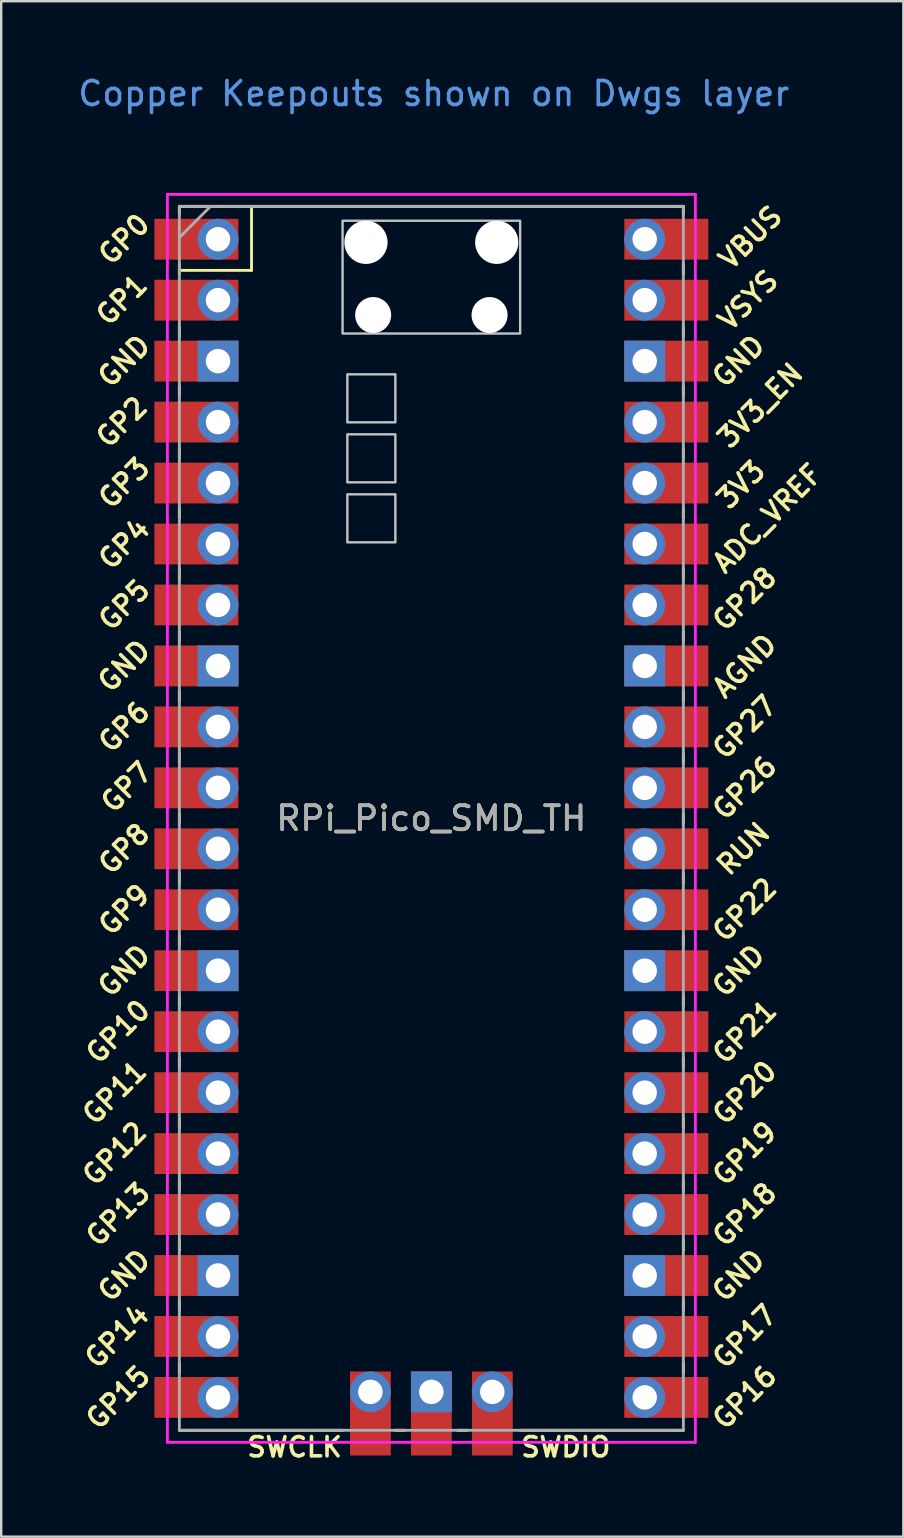
<source format=kicad_pcb>
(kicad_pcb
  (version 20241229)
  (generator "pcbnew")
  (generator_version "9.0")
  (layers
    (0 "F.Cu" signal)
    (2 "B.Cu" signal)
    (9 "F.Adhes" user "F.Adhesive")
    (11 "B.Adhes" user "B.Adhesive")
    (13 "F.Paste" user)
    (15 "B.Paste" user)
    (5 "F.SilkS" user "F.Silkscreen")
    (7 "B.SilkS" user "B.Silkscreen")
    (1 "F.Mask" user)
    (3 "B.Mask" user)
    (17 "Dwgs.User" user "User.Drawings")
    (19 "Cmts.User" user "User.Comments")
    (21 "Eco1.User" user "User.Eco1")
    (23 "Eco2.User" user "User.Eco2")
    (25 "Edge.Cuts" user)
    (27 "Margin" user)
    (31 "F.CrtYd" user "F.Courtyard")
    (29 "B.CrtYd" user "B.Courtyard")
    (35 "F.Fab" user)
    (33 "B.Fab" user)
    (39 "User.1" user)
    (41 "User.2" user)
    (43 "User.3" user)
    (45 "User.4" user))
  (footprint "RPi_Pico_SMD_TH"
    (layer "F.Cu")
    (at 14.924 31.048)
    (property "Reference" "RPi_Pico_SMD_TH" (at 0 0 0) (layer "F.SilkS") (effects (font (size 1 1) (thickness 0.15))))
    (attr through_hole)
    (fp_line (start -10.5 -25.5) (end -10.5 -25.2) (stroke (width 0.12) (type solid)) (layer "F.SilkS"))
    (fp_line (start -10.5 -25.5) (end 10.5 -25.5) (stroke (width 0.12) (type solid)) (layer "F.SilkS"))
    (fp_line (start -10.5 -23.1) (end -10.5 -22.7) (stroke (width 0.12) (type solid)) (layer "F.SilkS"))
    (fp_line (start -10.5 -22.833) (end -7.493 -22.833) (stroke (width 0.12) (type solid)) (layer "F.SilkS"))
    (fp_line (start -10.5 -20.5) (end -10.5 -20.1) (stroke (width 0.12) (type solid)) (layer "F.SilkS"))
    (fp_line (start -10.5 -18) (end -10.5 -17.6) (stroke (width 0.12) (type solid)) (layer "F.SilkS"))
    (fp_line (start -10.5 -15.4) (end -10.5 -15) (stroke (width 0.12) (type solid)) (layer "F.SilkS"))
    (fp_line (start -10.5 -12.9) (end -10.5 -12.5) (stroke (width 0.12) (type solid)) (layer "F.SilkS"))
    (fp_line (start -10.5 -10.4) (end -10.5 -10) (stroke (width 0.12) (type solid)) (layer "F.SilkS"))
    (fp_line (start -10.5 -7.8) (end -10.5 -7.4) (stroke (width 0.12) (type solid)) (layer "F.SilkS"))
    (fp_line (start -10.5 -5.3) (end -10.5 -4.9) (stroke (width 0.12) (type solid)) (layer "F.SilkS"))
    (fp_line (start -10.5 -2.7) (end -10.5 -2.3) (stroke (width 0.12) (type solid)) (layer "F.SilkS"))
    (fp_line (start -10.5 -0.2) (end -10.5 0.2) (stroke (width 0.12) (type solid)) (layer "F.SilkS"))
    (fp_line (start -10.5 2.3) (end -10.5 2.7) (stroke (width 0.12) (type solid)) (layer "F.SilkS"))
    (fp_line (start -10.5 4.9) (end -10.5 5.3) (stroke (width 0.12) (type solid)) (layer "F.SilkS"))
    (fp_line (start -10.5 7.4) (end -10.5 7.8) (stroke (width 0.12) (type solid)) (layer "F.SilkS"))
    (fp_line (start -10.5 10) (end -10.5 10.4) (stroke (width 0.12) (type solid)) (layer "F.SilkS"))
    (fp_line (start -10.5 12.5) (end -10.5 12.9) (stroke (width 0.12) (type solid)) (layer "F.SilkS"))
    (fp_line (start -10.5 15.1) (end -10.5 15.5) (stroke (width 0.12) (type solid)) (layer "F.SilkS"))
    (fp_line (start -10.5 17.6) (end -10.5 18) (stroke (width 0.12) (type solid)) (layer "F.SilkS"))
    (fp_line (start -10.5 20.1) (end -10.5 20.5) (stroke (width 0.12) (type solid)) (layer "F.SilkS"))
    (fp_line (start -10.5 22.7) (end -10.5 23.1) (stroke (width 0.12) (type solid)) (layer "F.SilkS"))
    (fp_line (start -7.493 -22.833) (end -7.493 -25.5) (stroke (width 0.12) (type solid)) (layer "F.SilkS"))
    (fp_line (start -3.7 25.5) (end -10.5 25.5) (stroke (width 0.12) (type solid)) (layer "F.SilkS"))
    (fp_line (start -1.5 25.5) (end -1.1 25.5) (stroke (width 0.12) (type solid)) (layer "F.SilkS"))
    (fp_line (start 1.1 25.5) (end 1.5 25.5) (stroke (width 0.12) (type solid)) (layer "F.SilkS"))
    (fp_line (start 10.5 -25.5) (end 10.5 -25.2) (stroke (width 0.12) (type solid)) (layer "F.SilkS"))
    (fp_line (start 10.5 -23.1) (end 10.5 -22.7) (stroke (width 0.12) (type solid)) (layer "F.SilkS"))
    (fp_line (start 10.5 -20.5) (end 10.5 -20.1) (stroke (width 0.12) (type solid)) (layer "F.SilkS"))
    (fp_line (start 10.5 -18) (end 10.5 -17.6) (stroke (width 0.12) (type solid)) (layer "F.SilkS"))
    (fp_line (start 10.5 -15.4) (end 10.5 -15) (stroke (width 0.12) (type solid)) (layer "F.SilkS"))
    (fp_line (start 10.5 -12.9) (end 10.5 -12.5) (stroke (width 0.12) (type solid)) (layer "F.SilkS"))
    (fp_line (start 10.5 -10.4) (end 10.5 -10) (stroke (width 0.12) (type solid)) (layer "F.SilkS"))
    (fp_line (start 10.5 -7.8) (end 10.5 -7.4) (stroke (width 0.12) (type solid)) (layer "F.SilkS"))
    (fp_line (start 10.5 -5.3) (end 10.5 -4.9) (stroke (width 0.12) (type solid)) (layer "F.SilkS"))
    (fp_line (start 10.5 -2.7) (end 10.5 -2.3) (stroke (width 0.12) (type solid)) (layer "F.SilkS"))
    (fp_line (start 10.5 -0.2) (end 10.5 0.2) (stroke (width 0.12) (type solid)) (layer "F.SilkS"))
    (fp_line (start 10.5 2.3) (end 10.5 2.7) (stroke (width 0.12) (type solid)) (layer "F.SilkS"))
    (fp_line (start 10.5 4.9) (end 10.5 5.3) (stroke (width 0.12) (type solid)) (layer "F.SilkS"))
    (fp_line (start 10.5 7.4) (end 10.5 7.8) (stroke (width 0.12) (type solid)) (layer "F.SilkS"))
    (fp_line (start 10.5 10) (end 10.5 10.4) (stroke (width 0.12) (type solid)) (layer "F.SilkS"))
    (fp_line (start 10.5 12.5) (end 10.5 12.9) (stroke (width 0.12) (type solid)) (layer "F.SilkS"))
    (fp_line (start 10.5 15.1) (end 10.5 15.5) (stroke (width 0.12) (type solid)) (layer "F.SilkS"))
    (fp_line (start 10.5 17.6) (end 10.5 18) (stroke (width 0.12) (type solid)) (layer "F.SilkS"))
    (fp_line (start 10.5 20.1) (end 10.5 20.5) (stroke (width 0.12) (type solid)) (layer "F.SilkS"))
    (fp_line (start 10.5 22.7) (end 10.5 23.1) (stroke (width 0.12) (type solid)) (layer "F.SilkS"))
    (fp_line (start 10.5 25.5) (end 3.7 25.5) (stroke (width 0.12) (type solid)) (layer "F.SilkS"))
    (fp_poly (pts (xy -1.5 -16.5) (xy -3.5 -16.5) (xy -3.5 -18.5) (xy -1.5 -18.5)) (stroke (width 0.1) (type solid)) (fill no) (layer "Dwgs.User"))
    (fp_poly (pts (xy -1.5 -14) (xy -3.5 -14) (xy -3.5 -16) (xy -1.5 -16)) (stroke (width 0.1) (type solid)) (fill no) (layer "Dwgs.User"))
    (fp_poly (pts (xy -1.5 -11.5) (xy -3.5 -11.5) (xy -3.5 -13.5) (xy -1.5 -13.5)) (stroke (width 0.1) (type solid)) (fill no) (layer "Dwgs.User"))
    (fp_poly (pts (xy 3.7 -20.2) (xy -3.7 -20.2) (xy -3.7 -24.9) (xy 3.7 -24.9)) (stroke (width 0.1) (type solid)) (fill no) (layer "Dwgs.User"))
    (fp_line (start -11 -26) (end 11 -26) (stroke (width 0.12) (type solid)) (layer "F.CrtYd"))
    (fp_line (start -11 26) (end -11 -26) (stroke (width 0.12) (type solid)) (layer "F.CrtYd"))
    (fp_line (start 11 -26) (end 11 26) (stroke (width 0.12) (type solid)) (layer "F.CrtYd"))
    (fp_line (start 11 26) (end -11 26) (stroke (width 0.12) (type solid)) (layer "F.CrtYd"))
    (fp_line (start -10.5 -25.5) (end 10.5 -25.5) (stroke (width 0.12) (type solid)) (layer "F.Fab"))
    (fp_line (start -10.5 -24.2) (end -9.2 -25.5) (stroke (width 0.12) (type solid)) (layer "F.Fab"))
    (fp_line (start -10.5 25.5) (end -10.5 -25.5) (stroke (width 0.12) (type solid)) (layer "F.Fab"))
    (fp_line (start 10.5 -25.5) (end 10.5 25.5) (stroke (width 0.12) (type solid)) (layer "F.Fab"))
    (fp_line (start 10.5 25.5) (end -10.5 25.5) (stroke (width 0.12) (type solid)) (layer "F.Fab"))
    (fp_text user "GND" (at -12.8 -19.05 45) (layer "F.SilkS") (effects (font (size 0.8 0.8) (thickness 0.15))))
    (fp_text user "GP22" (at 13.054 3.81 45) (layer "F.SilkS") (effects (font (size 0.8 0.8) (thickness 0.15))))
    (fp_text user "GP27" (at 13.054 -3.8 45) (layer "F.SilkS") (effects (font (size 0.8 0.8) (thickness 0.15))))
    (fp_text user "GP28" (at 13.054 -9.144 45) (layer "F.SilkS") (effects (font (size 0.8 0.8) (thickness 0.15))))
    (fp_text user "GP15" (at -13.054 24.13 45) (layer "F.SilkS") (effects (font (size 0.8 0.8) (thickness 0.15))))
    (fp_text user "ADC_VREF" (at 14 -12.5 45) (layer "F.SilkS") (effects (font (size 0.8 0.8) (thickness 0.15))))
    (fp_text user "GP12" (at -13.2 13.97 45) (layer "F.SilkS") (effects (font (size 0.8 0.8) (thickness 0.15))))
    (fp_text user "SWCLK" (at -5.7 26.2 0) (layer "F.SilkS") (effects (font (size 0.8 0.8) (thickness 0.15))))
    (fp_text user "GP0" (at -12.8 -24.13 45) (layer "F.SilkS") (effects (font (size 0.8 0.8) (thickness 0.15))))
    (fp_text user "GP7" (at -12.7 -1.3 45) (layer "F.SilkS") (effects (font (size 0.8 0.8) (thickness 0.15))))
    (fp_text user "SWDIO" (at 5.6 26.2 0) (layer "F.SilkS") (effects (font (size 0.8 0.8) (thickness 0.15))))
    (fp_text user "GP1" (at -12.9 -21.6 45) (layer "F.SilkS") (effects (font (size 0.8 0.8) (thickness 0.15))))
    (fp_text user "GP20" (at 13.054 11.43 45) (layer "F.SilkS") (effects (font (size 0.8 0.8) (thickness 0.15))))
    (fp_text user "GND" (at -12.8 19.05 45) (layer "F.SilkS") (effects (font (size 0.8 0.8) (thickness 0.15))))
    (fp_text user "GND" (at 12.8 6.35 45) (layer "F.SilkS") (effects (font (size 0.8 0.8) (thickness 0.15))))
    (fp_text user "AGND" (at 13.054 -6.35 45) (layer "F.SilkS") (effects (font (size 0.8 0.8) (thickness 0.15))))
    (fp_text user "GP10" (at -13.054 8.89 45) (layer "F.SilkS") (effects (font (size 0.8 0.8) (thickness 0.15))))
    (fp_text user "GND" (at 12.8 19.05 45) (layer "F.SilkS") (effects (font (size 0.8 0.8) (thickness 0.15))))
    (fp_text user "VBUS" (at 13.3 -24.2 45) (layer "F.SilkS") (effects (font (size 0.8 0.8) (thickness 0.15))))
    (fp_text user "GP19" (at 13.054 13.97 45) (layer "F.SilkS") (effects (font (size 0.8 0.8) (thickness 0.15))))
    (fp_text user "GP3" (at -12.8 -13.97 45) (layer "F.SilkS") (effects (font (size 0.8 0.8) (thickness 0.15))))
    (fp_text user "VSYS" (at 13.2 -21.59 45) (layer "F.SilkS") (effects (font (size 0.8 0.8) (thickness 0.15))))
    (fp_text user "GND" (at 12.8 -19.05 45) (layer "F.SilkS") (effects (font (size 0.8 0.8) (thickness 0.15))))
    (fp_text user "GP2" (at -12.9 -16.51 45) (layer "F.SilkS") (effects (font (size 0.8 0.8) (thickness 0.15))))
    (fp_text user "3V3_EN" (at 13.7 -17.2 45) (layer "F.SilkS") (effects (font (size 0.8 0.8) (thickness 0.15))))
    (fp_text user "GP14" (at -13.1 21.59 45) (layer "F.SilkS") (effects (font (size 0.8 0.8) (thickness 0.15))))
    (fp_text user "GP26" (at 13.054 -1.27 45) (layer "F.SilkS") (effects (font (size 0.8 0.8) (thickness 0.15))))
    (fp_text user "GP16" (at 13.054 24.13 45) (layer "F.SilkS") (effects (font (size 0.8 0.8) (thickness 0.15))))
    (fp_text user "GP17" (at 13.054 21.59 45) (layer "F.SilkS") (effects (font (size 0.8 0.8) (thickness 0.15))))
    (fp_text user "RUN" (at 13 1.27 45) (layer "F.SilkS") (effects (font (size 0.8 0.8) (thickness 0.15))))
    (fp_text user "GP11" (at -13.2 11.43 45) (layer "F.SilkS") (effects (font (size 0.8 0.8) (thickness 0.15))))
    (fp_text user "GP6" (at -12.8 -3.81 45) (layer "F.SilkS") (effects (font (size 0.8 0.8) (thickness 0.15))))
    (fp_text user "GND" (at -12.8 -6.35 45) (layer "F.SilkS") (effects (font (size 0.8 0.8) (thickness 0.15))))
    (fp_text user "GP4" (at -12.8 -11.43 45) (layer "F.SilkS") (effects (font (size 0.8 0.8) (thickness 0.15))))
    (fp_text user "GP8" (at -12.8 1.27 45) (layer "F.SilkS") (effects (font (size 0.8 0.8) (thickness 0.15))))
    (fp_text user "GND" (at -12.8 6.35 45) (layer "F.SilkS") (effects (font (size 0.8 0.8) (thickness 0.15))))
    (fp_text user "GP5" (at -12.8 -8.89 45) (layer "F.SilkS") (effects (font (size 0.8 0.8) (thickness 0.15))))
    (fp_text user "GP21" (at 13.054 8.9 45) (layer "F.SilkS") (effects (font (size 0.8 0.8) (thickness 0.15))))
    (fp_text user "GP13" (at -13.054 16.51 45) (layer "F.SilkS") (effects (font (size 0.8 0.8) (thickness 0.15))))
    (fp_text user "GP9" (at -12.8 3.81 45) (layer "F.SilkS") (effects (font (size 0.8 0.8) (thickness 0.15))))
    (fp_text user "GP18" (at 13.054 16.51 45) (layer "F.SilkS") (effects (font (size 0.8 0.8) (thickness 0.15))))
    (fp_text user "3V3" (at 12.9 -13.9 45) (layer "F.SilkS") (effects (font (size 0.8 0.8) (thickness 0.15))))
    (fp_text user "Copper Keepouts shown on Dwgs layer" (at 0.1 -30.2 0) (layer "Cmts.User") (effects (font (size 1 1) (thickness 0.15))))
    (fp_text user "${REFERENCE}" (at 0 0 180) (layer "F.Fab") (effects (font (size 1 1) (thickness 0.15))))
    (pad "" np_thru_hole oval (at -2.725 -24) (size 1.8 1.8) (drill 1.8) (layers "*.Cu" "*.Mask"))
    (pad "" np_thru_hole oval (at -2.425 -20.97) (size 1.5 1.5) (drill 1.5) (layers "*.Cu" "*.Mask"))
    (pad "" np_thru_hole oval (at 2.425 -20.97) (size 1.5 1.5) (drill 1.5) (layers "*.Cu" "*.Mask"))
    (pad "" np_thru_hole oval (at 2.725 -24) (size 1.8 1.8) (drill 1.8) (layers "*.Cu" "*.Mask"))
    (pad "1" thru_hole oval (at -8.89 -24.13) (size 1.7 1.7) (drill 1.02) (layers "*.Cu" "*.Mask"))
    (pad "1" smd rect (at -8.89 -24.13) (size 3.5 1.7) (drill (offset -0.9 0)) (layers "F.Cu" "F.Mask"))
    (pad "2" thru_hole oval (at -8.89 -21.59) (size 1.7 1.7) (drill 1.02) (layers "*.Cu" "*.Mask"))
    (pad "2" smd rect (at -8.89 -21.59) (size 3.5 1.7) (drill (offset -0.9 0)) (layers "F.Cu" "F.Mask"))
    (pad "3" thru_hole rect (at -8.89 -19.05) (size 1.7 1.7) (drill 1.02) (layers "*.Cu" "*.Mask"))
    (pad "3" smd rect (at -8.89 -19.05) (size 3.5 1.7) (drill (offset -0.9 0)) (layers "F.Cu" "F.Mask"))
    (pad "4" thru_hole oval (at -8.89 -16.51) (size 1.7 1.7) (drill 1.02) (layers "*.Cu" "*.Mask"))
    (pad "4" smd rect (at -8.89 -16.51) (size 3.5 1.7) (drill (offset -0.9 0)) (layers "F.Cu" "F.Mask"))
    (pad "5" thru_hole oval (at -8.89 -13.97) (size 1.7 1.7) (drill 1.02) (layers "*.Cu" "*.Mask"))
    (pad "5" smd rect (at -8.89 -13.97) (size 3.5 1.7) (drill (offset -0.9 0)) (layers "F.Cu" "F.Mask"))
    (pad "6" thru_hole oval (at -8.89 -11.43) (size 1.7 1.7) (drill 1.02) (layers "*.Cu" "*.Mask"))
    (pad "6" smd rect (at -8.89 -11.43) (size 3.5 1.7) (drill (offset -0.9 0)) (layers "F.Cu" "F.Mask"))
    (pad "7" thru_hole oval (at -8.89 -8.89) (size 1.7 1.7) (drill 1.02) (layers "*.Cu" "*.Mask"))
    (pad "7" smd rect (at -8.89 -8.89) (size 3.5 1.7) (drill (offset -0.9 0)) (layers "F.Cu" "F.Mask"))
    (pad "8" thru_hole rect (at -8.89 -6.35) (size 1.7 1.7) (drill 1.02) (layers "*.Cu" "*.Mask"))
    (pad "8" smd rect (at -8.89 -6.35) (size 3.5 1.7) (drill (offset -0.9 0)) (layers "F.Cu" "F.Mask"))
    (pad "9" thru_hole oval (at -8.89 -3.81) (size 1.7 1.7) (drill 1.02) (layers "*.Cu" "*.Mask"))
    (pad "9" smd rect (at -8.89 -3.81) (size 3.5 1.7) (drill (offset -0.9 0)) (layers "F.Cu" "F.Mask"))
    (pad "10" thru_hole oval (at -8.89 -1.27) (size 1.7 1.7) (drill 1.02) (layers "*.Cu" "*.Mask"))
    (pad "10" smd rect (at -8.89 -1.27) (size 3.5 1.7) (drill (offset -0.9 0)) (layers "F.Cu" "F.Mask"))
    (pad "11" thru_hole oval (at -8.89 1.27) (size 1.7 1.7) (drill 1.02) (layers "*.Cu" "*.Mask"))
    (pad "11" smd rect (at -8.89 1.27) (size 3.5 1.7) (drill (offset -0.9 0)) (layers "F.Cu" "F.Mask"))
    (pad "12" thru_hole oval (at -8.89 3.81) (size 1.7 1.7) (drill 1.02) (layers "*.Cu" "*.Mask"))
    (pad "12" smd rect (at -8.89 3.81) (size 3.5 1.7) (drill (offset -0.9 0)) (layers "F.Cu" "F.Mask"))
    (pad "13" thru_hole rect (at -8.89 6.35) (size 1.7 1.7) (drill 1.02) (layers "*.Cu" "*.Mask"))
    (pad "13" smd rect (at -8.89 6.35) (size 3.5 1.7) (drill (offset -0.9 0)) (layers "F.Cu" "F.Mask"))
    (pad "14" thru_hole oval (at -8.89 8.89) (size 1.7 1.7) (drill 1.02) (layers "*.Cu" "*.Mask"))
    (pad "14" smd rect (at -8.89 8.89) (size 3.5 1.7) (drill (offset -0.9 0)) (layers "F.Cu" "F.Mask"))
    (pad "15" thru_hole oval (at -8.89 11.43) (size 1.7 1.7) (drill 1.02) (layers "*.Cu" "*.Mask"))
    (pad "15" smd rect (at -8.89 11.43) (size 3.5 1.7) (drill (offset -0.9 0)) (layers "F.Cu" "F.Mask"))
    (pad "16" thru_hole oval (at -8.89 13.97) (size 1.7 1.7) (drill 1.02) (layers "*.Cu" "*.Mask"))
    (pad "16" smd rect (at -8.89 13.97) (size 3.5 1.7) (drill (offset -0.9 0)) (layers "F.Cu" "F.Mask"))
    (pad "17" thru_hole oval (at -8.89 16.51) (size 1.7 1.7) (drill 1.02) (layers "*.Cu" "*.Mask"))
    (pad "17" smd rect (at -8.89 16.51) (size 3.5 1.7) (drill (offset -0.9 0)) (layers "F.Cu" "F.Mask"))
    (pad "18" thru_hole rect (at -8.89 19.05) (size 1.7 1.7) (drill 1.02) (layers "*.Cu" "*.Mask"))
    (pad "18" smd rect (at -8.89 19.05) (size 3.5 1.7) (drill (offset -0.9 0)) (layers "F.Cu" "F.Mask"))
    (pad "19" thru_hole oval (at -8.89 21.59) (size 1.7 1.7) (drill 1.02) (layers "*.Cu" "*.Mask"))
    (pad "19" smd rect (at -8.89 21.59) (size 3.5 1.7) (drill (offset -0.9 0)) (layers "F.Cu" "F.Mask"))
    (pad "20" thru_hole oval (at -8.89 24.13) (size 1.7 1.7) (drill 1.02) (layers "*.Cu" "*.Mask"))
    (pad "20" smd rect (at -8.89 24.13) (size 3.5 1.7) (drill (offset -0.9 0)) (layers "F.Cu" "F.Mask"))
    (pad "21" thru_hole oval (at 8.89 24.13) (size 1.7 1.7) (drill 1.02) (layers "*.Cu" "*.Mask"))
    (pad "21" smd rect (at 8.89 24.13) (size 3.5 1.7) (drill (offset 0.9 0)) (layers "F.Cu" "F.Mask"))
    (pad "22" thru_hole oval (at 8.89 21.59) (size 1.7 1.7) (drill 1.02) (layers "*.Cu" "*.Mask"))
    (pad "22" smd rect (at 8.89 21.59) (size 3.5 1.7) (drill (offset 0.9 0)) (layers "F.Cu" "F.Mask"))
    (pad "23" thru_hole rect (at 8.89 19.05) (size 1.7 1.7) (drill 1.02) (layers "*.Cu" "*.Mask"))
    (pad "23" smd rect (at 8.89 19.05) (size 3.5 1.7) (drill (offset 0.9 0)) (layers "F.Cu" "F.Mask"))
    (pad "24" thru_hole oval (at 8.89 16.51) (size 1.7 1.7) (drill 1.02) (layers "*.Cu" "*.Mask"))
    (pad "24" smd rect (at 8.89 16.51) (size 3.5 1.7) (drill (offset 0.9 0)) (layers "F.Cu" "F.Mask"))
    (pad "25" thru_hole oval (at 8.89 13.97) (size 1.7 1.7) (drill 1.02) (layers "*.Cu" "*.Mask"))
    (pad "25" smd rect (at 8.89 13.97) (size 3.5 1.7) (drill (offset 0.9 0)) (layers "F.Cu" "F.Mask"))
    (pad "26" thru_hole oval (at 8.89 11.43) (size 1.7 1.7) (drill 1.02) (layers "*.Cu" "*.Mask"))
    (pad "26" smd rect (at 8.89 11.43) (size 3.5 1.7) (drill (offset 0.9 0)) (layers "F.Cu" "F.Mask"))
    (pad "27" thru_hole oval (at 8.89 8.89) (size 1.7 1.7) (drill 1.02) (layers "*.Cu" "*.Mask"))
    (pad "27" smd rect (at 8.89 8.89) (size 3.5 1.7) (drill (offset 0.9 0)) (layers "F.Cu" "F.Mask"))
    (pad "28" thru_hole rect (at 8.89 6.35) (size 1.7 1.7) (drill 1.02) (layers "*.Cu" "*.Mask"))
    (pad "28" smd rect (at 8.89 6.35) (size 3.5 1.7) (drill (offset 0.9 0)) (layers "F.Cu" "F.Mask"))
    (pad "29" thru_hole oval (at 8.89 3.81) (size 1.7 1.7) (drill 1.02) (layers "*.Cu" "*.Mask"))
    (pad "29" smd rect (at 8.89 3.81) (size 3.5 1.7) (drill (offset 0.9 0)) (layers "F.Cu" "F.Mask"))
    (pad "30" thru_hole oval (at 8.89 1.27) (size 1.7 1.7) (drill 1.02) (layers "*.Cu" "*.Mask"))
    (pad "30" smd rect (at 8.89 1.27) (size 3.5 1.7) (drill (offset 0.9 0)) (layers "F.Cu" "F.Mask"))
    (pad "31" thru_hole oval (at 8.89 -1.27) (size 1.7 1.7) (drill 1.02) (layers "*.Cu" "*.Mask"))
    (pad "31" smd rect (at 8.89 -1.27) (size 3.5 1.7) (drill (offset 0.9 0)) (layers "F.Cu" "F.Mask"))
    (pad "32" thru_hole oval (at 8.89 -3.81) (size 1.7 1.7) (drill 1.02) (layers "*.Cu" "*.Mask"))
    (pad "32" smd rect (at 8.89 -3.81) (size 3.5 1.7) (drill (offset 0.9 0)) (layers "F.Cu" "F.Mask"))
    (pad "33" thru_hole rect (at 8.89 -6.35) (size 1.7 1.7) (drill 1.02) (layers "*.Cu" "*.Mask"))
    (pad "33" smd rect (at 8.89 -6.35) (size 3.5 1.7) (drill (offset 0.9 0)) (layers "F.Cu" "F.Mask"))
    (pad "34" thru_hole oval (at 8.89 -8.89) (size 1.7 1.7) (drill 1.02) (layers "*.Cu" "*.Mask"))
    (pad "34" smd rect (at 8.89 -8.89) (size 3.5 1.7) (drill (offset 0.9 0)) (layers "F.Cu" "F.Mask"))
    (pad "35" thru_hole oval (at 8.89 -11.43) (size 1.7 1.7) (drill 1.02) (layers "*.Cu" "*.Mask"))
    (pad "35" smd rect (at 8.89 -11.43) (size 3.5 1.7) (drill (offset 0.9 0)) (layers "F.Cu" "F.Mask"))
    (pad "36" thru_hole oval (at 8.89 -13.97) (size 1.7 1.7) (drill 1.02) (layers "*.Cu" "*.Mask"))
    (pad "36" smd rect (at 8.89 -13.97) (size 3.5 1.7) (drill (offset 0.9 0)) (layers "F.Cu" "F.Mask"))
    (pad "37" thru_hole oval (at 8.89 -16.51) (size 1.7 1.7) (drill 1.02) (layers "*.Cu" "*.Mask"))
    (pad "37" smd rect (at 8.89 -16.51) (size 3.5 1.7) (drill (offset 0.9 0)) (layers "F.Cu" "F.Mask"))
    (pad "38" thru_hole rect (at 8.89 -19.05) (size 1.7 1.7) (drill 1.02) (layers "*.Cu" "*.Mask"))
    (pad "38" smd rect (at 8.89 -19.05) (size 3.5 1.7) (drill (offset 0.9 0)) (layers "F.Cu" "F.Mask"))
    (pad "39" thru_hole oval (at 8.89 -21.59) (size 1.7 1.7) (drill 1.02) (layers "*.Cu" "*.Mask"))
    (pad "39" smd rect (at 8.89 -21.59) (size 3.5 1.7) (drill (offset 0.9 0)) (layers "F.Cu" "F.Mask"))
    (pad "40" thru_hole oval (at 8.89 -24.13) (size 1.7 1.7) (drill 1.02) (layers "*.Cu" "*.Mask"))
    (pad "40" smd rect (at 8.89 -24.13) (size 3.5 1.7) (drill (offset 0.9 0)) (layers "F.Cu" "F.Mask"))
    (pad "41" thru_hole oval (at -2.54 23.9) (size 1.7 1.7) (drill 1.02) (layers "*.Cu" "*.Mask"))
    (pad "41" smd rect (at -2.54 23.9 90) (size 3.5 1.7) (drill (offset -0.9 0)) (layers "F.Cu" "F.Mask"))
    (pad "42" thru_hole rect (at 0 23.9) (size 1.7 1.7) (drill 1.02) (layers "*.Cu" "*.Mask"))
    (pad "42" smd rect (at 0 23.9 90) (size 3.5 1.7) (drill (offset -0.9 0)) (layers "F.Cu" "F.Mask"))
    (pad "43" thru_hole oval (at 2.54 23.9) (size 1.7 1.7) (drill 1.02) (layers "*.Cu" "*.Mask"))
    (pad "43" smd rect (at 2.54 23.9 90) (size 3.5 1.7) (drill (offset -0.9 0)) (layers "F.Cu" "F.Mask")))
  (gr_rect
    (start -3 -3)
    (end 34.591 60.98)
    (stroke (width 0.1) (type default))
    (fill no)
    (layer "Edge.Cuts")))
</source>
